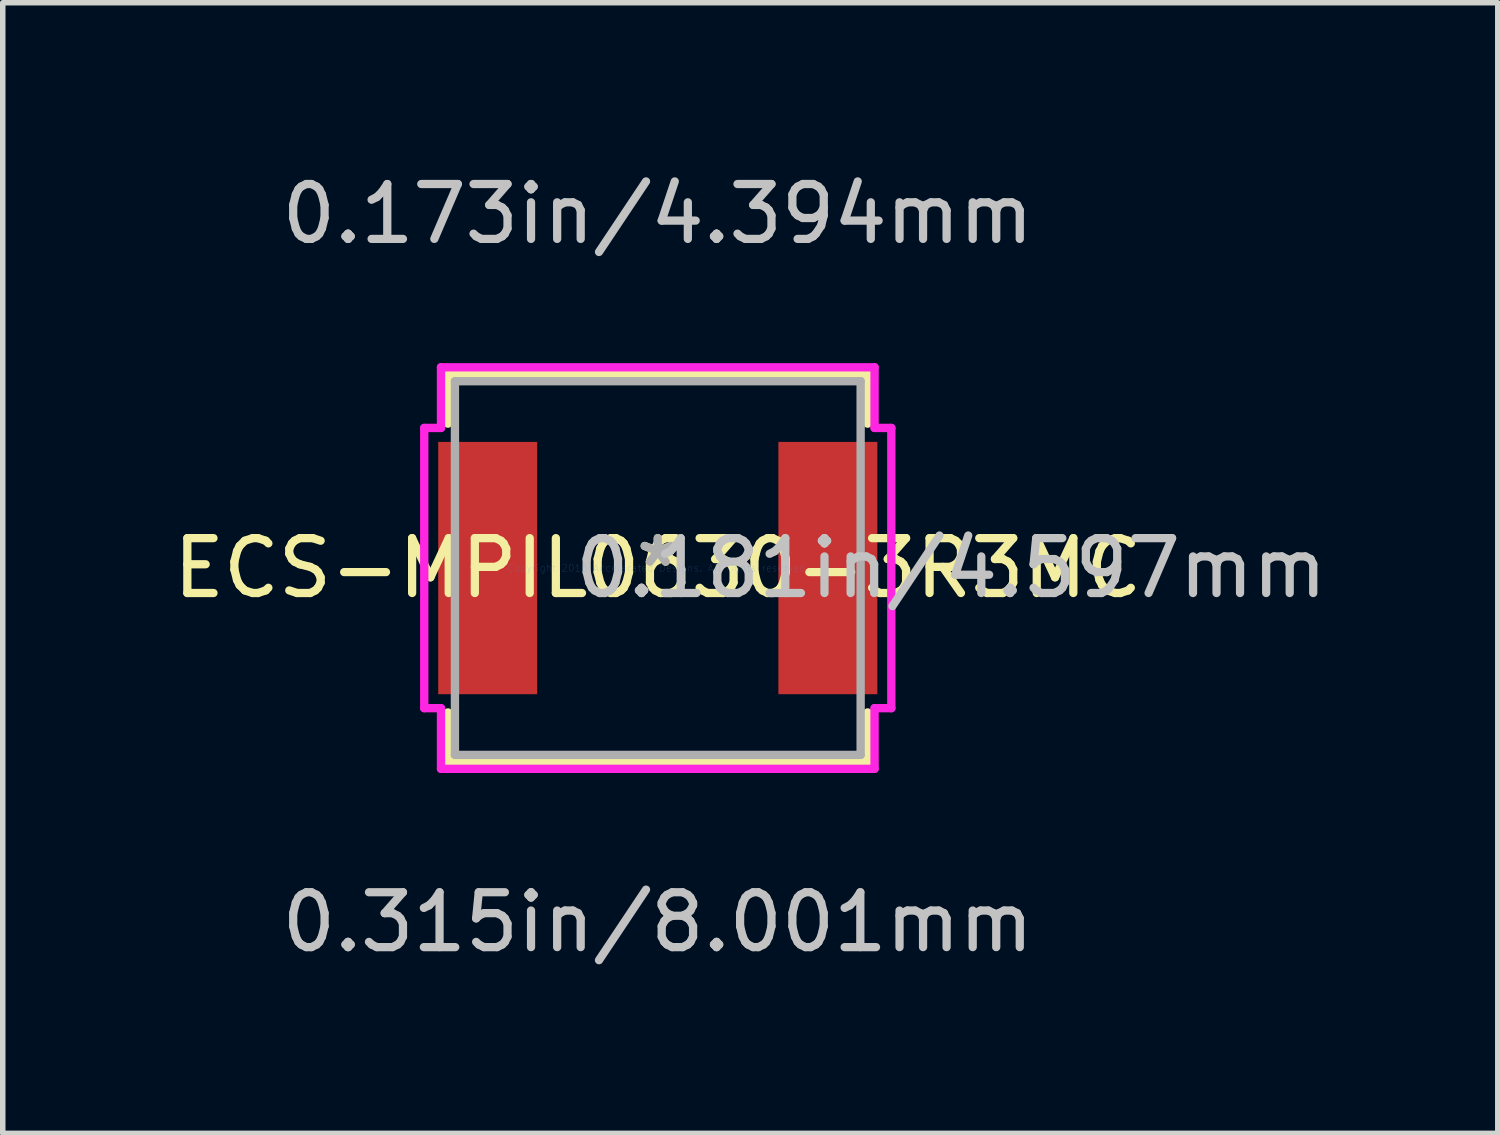
<source format=kicad_pcb>
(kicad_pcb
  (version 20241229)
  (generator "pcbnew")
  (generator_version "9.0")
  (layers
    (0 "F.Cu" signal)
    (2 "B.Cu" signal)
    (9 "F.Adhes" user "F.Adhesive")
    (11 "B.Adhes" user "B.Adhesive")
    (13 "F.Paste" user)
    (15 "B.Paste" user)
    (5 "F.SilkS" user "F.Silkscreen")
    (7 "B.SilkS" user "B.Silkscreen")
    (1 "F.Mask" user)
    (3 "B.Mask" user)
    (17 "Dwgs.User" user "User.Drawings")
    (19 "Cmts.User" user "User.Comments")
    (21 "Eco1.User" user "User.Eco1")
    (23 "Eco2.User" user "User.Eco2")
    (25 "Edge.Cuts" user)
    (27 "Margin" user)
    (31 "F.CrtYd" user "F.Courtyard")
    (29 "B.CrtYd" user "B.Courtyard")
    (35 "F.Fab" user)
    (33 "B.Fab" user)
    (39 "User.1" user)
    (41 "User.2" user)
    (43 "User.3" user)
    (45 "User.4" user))
  (footprint "ECS-MPIL0630-3R3MC"
    (layer "F.Cu")
    (at 8.935 7.3)
    (property "Reference" "ECS-MPIL0630-3R3MC" (at 0 0 0) (layer "F.SilkS") (effects (font (size 1 1) (thickness 0.15))))
    (attr through_hole)
    (fp_line (start -3.823 -3.531) (end -3.823 -2.631) (stroke (width 0.152) (type solid)) (layer "F.SilkS"))
    (fp_line (start -3.823 2.631) (end -3.823 3.531) (stroke (width 0.152) (type solid)) (layer "F.SilkS"))
    (fp_line (start -3.823 3.531) (end 3.823 3.531) (stroke (width 0.152) (type solid)) (layer "F.SilkS"))
    (fp_line (start 3.823 -3.531) (end -3.823 -3.531) (stroke (width 0.152) (type solid)) (layer "F.SilkS"))
    (fp_line (start 3.823 -2.631) (end 3.823 -3.531) (stroke (width 0.152) (type solid)) (layer "F.SilkS"))
    (fp_line (start 3.823 3.531) (end 3.823 2.631) (stroke (width 0.152) (type solid)) (layer "F.SilkS"))
    (fp_line (start -4.255 -2.553) (end -3.95 -2.553) (stroke (width 0.152) (type solid)) (layer "F.CrtYd"))
    (fp_line (start -4.255 2.553) (end -4.255 -2.553) (stroke (width 0.152) (type solid)) (layer "F.CrtYd"))
    (fp_line (start -3.95 -3.658) (end 3.95 -3.658) (stroke (width 0.152) (type solid)) (layer "F.CrtYd"))
    (fp_line (start -3.95 -2.553) (end -3.95 -3.658) (stroke (width 0.152) (type solid)) (layer "F.CrtYd"))
    (fp_line (start -3.95 2.553) (end -4.255 2.553) (stroke (width 0.152) (type solid)) (layer "F.CrtYd"))
    (fp_line (start -3.95 3.658) (end -3.95 2.553) (stroke (width 0.152) (type solid)) (layer "F.CrtYd"))
    (fp_line (start 3.95 -3.658) (end 3.95 -2.553) (stroke (width 0.152) (type solid)) (layer "F.CrtYd"))
    (fp_line (start 3.95 -2.553) (end 4.255 -2.553) (stroke (width 0.152) (type solid)) (layer "F.CrtYd"))
    (fp_line (start 3.95 2.553) (end 3.95 3.658) (stroke (width 0.152) (type solid)) (layer "F.CrtYd"))
    (fp_line (start 3.95 3.658) (end -3.95 3.658) (stroke (width 0.152) (type solid)) (layer "F.CrtYd"))
    (fp_line (start 4.255 -2.553) (end 4.255 2.553) (stroke (width 0.152) (type solid)) (layer "F.CrtYd"))
    (fp_line (start 4.255 2.553) (end 3.95 2.553) (stroke (width 0.152) (type solid)) (layer "F.CrtYd"))
    (fp_line (start -3.696 -3.404) (end -3.696 3.404) (stroke (width 0.152) (type solid)) (layer "F.Fab"))
    (fp_line (start -3.696 3.404) (end 3.696 3.404) (stroke (width 0.152) (type solid)) (layer "F.Fab"))
    (fp_line (start 3.696 -3.404) (end -3.696 -3.404) (stroke (width 0.152) (type solid)) (layer "F.Fab"))
    (fp_line (start 3.696 3.404) (end 3.696 -3.404) (stroke (width 0.152) (type solid)) (layer "F.Fab"))
    (fp_text user "*" (at 0 0 0) (layer "F.SilkS") (effects (font (size 1 1) (thickness 0.15))))
    (fp_text user "0.181in/4.597mm" (at 5.347 0 0) (layer "Dwgs.User") (effects (font (size 1 1) (thickness 0.15))))
    (fp_text user "0.173in/4.394mm" (at 0 -6.452 0) (layer "Dwgs.User") (effects (font (size 1 1) (thickness 0.15))))
    (fp_text user "0.315in/8.001mm" (at 0 6.452 0) (layer "Dwgs.User") (effects (font (size 1 1) (thickness 0.15))))
    (fp_text user "Copyright 2016 Accelerated Designs. All rights reserved." (at 0 0 0) (layer "Cmts.User") (effects (font (size 0.127 0.127) (thickness 0.002))))
    (fp_text user "*" (at 0 0 0) (layer "F.Fab") (effects (font (size 1 1) (thickness 0.15))))
    (pad "1" smd rect (at -3.099 0) (size 1.803 4.597) (layers "F.Cu" "F.Mask" "F.Paste"))
    (pad "2" smd rect (at 3.099 0) (size 1.803 4.597) (layers "F.Cu" "F.Mask" "F.Paste")))
  (gr_rect
    (start -3 -3)
    (end 24.24 17.6)
    (stroke (width 0.1) (type default))
    (fill no)
    (layer "Edge.Cuts")))
</source>
